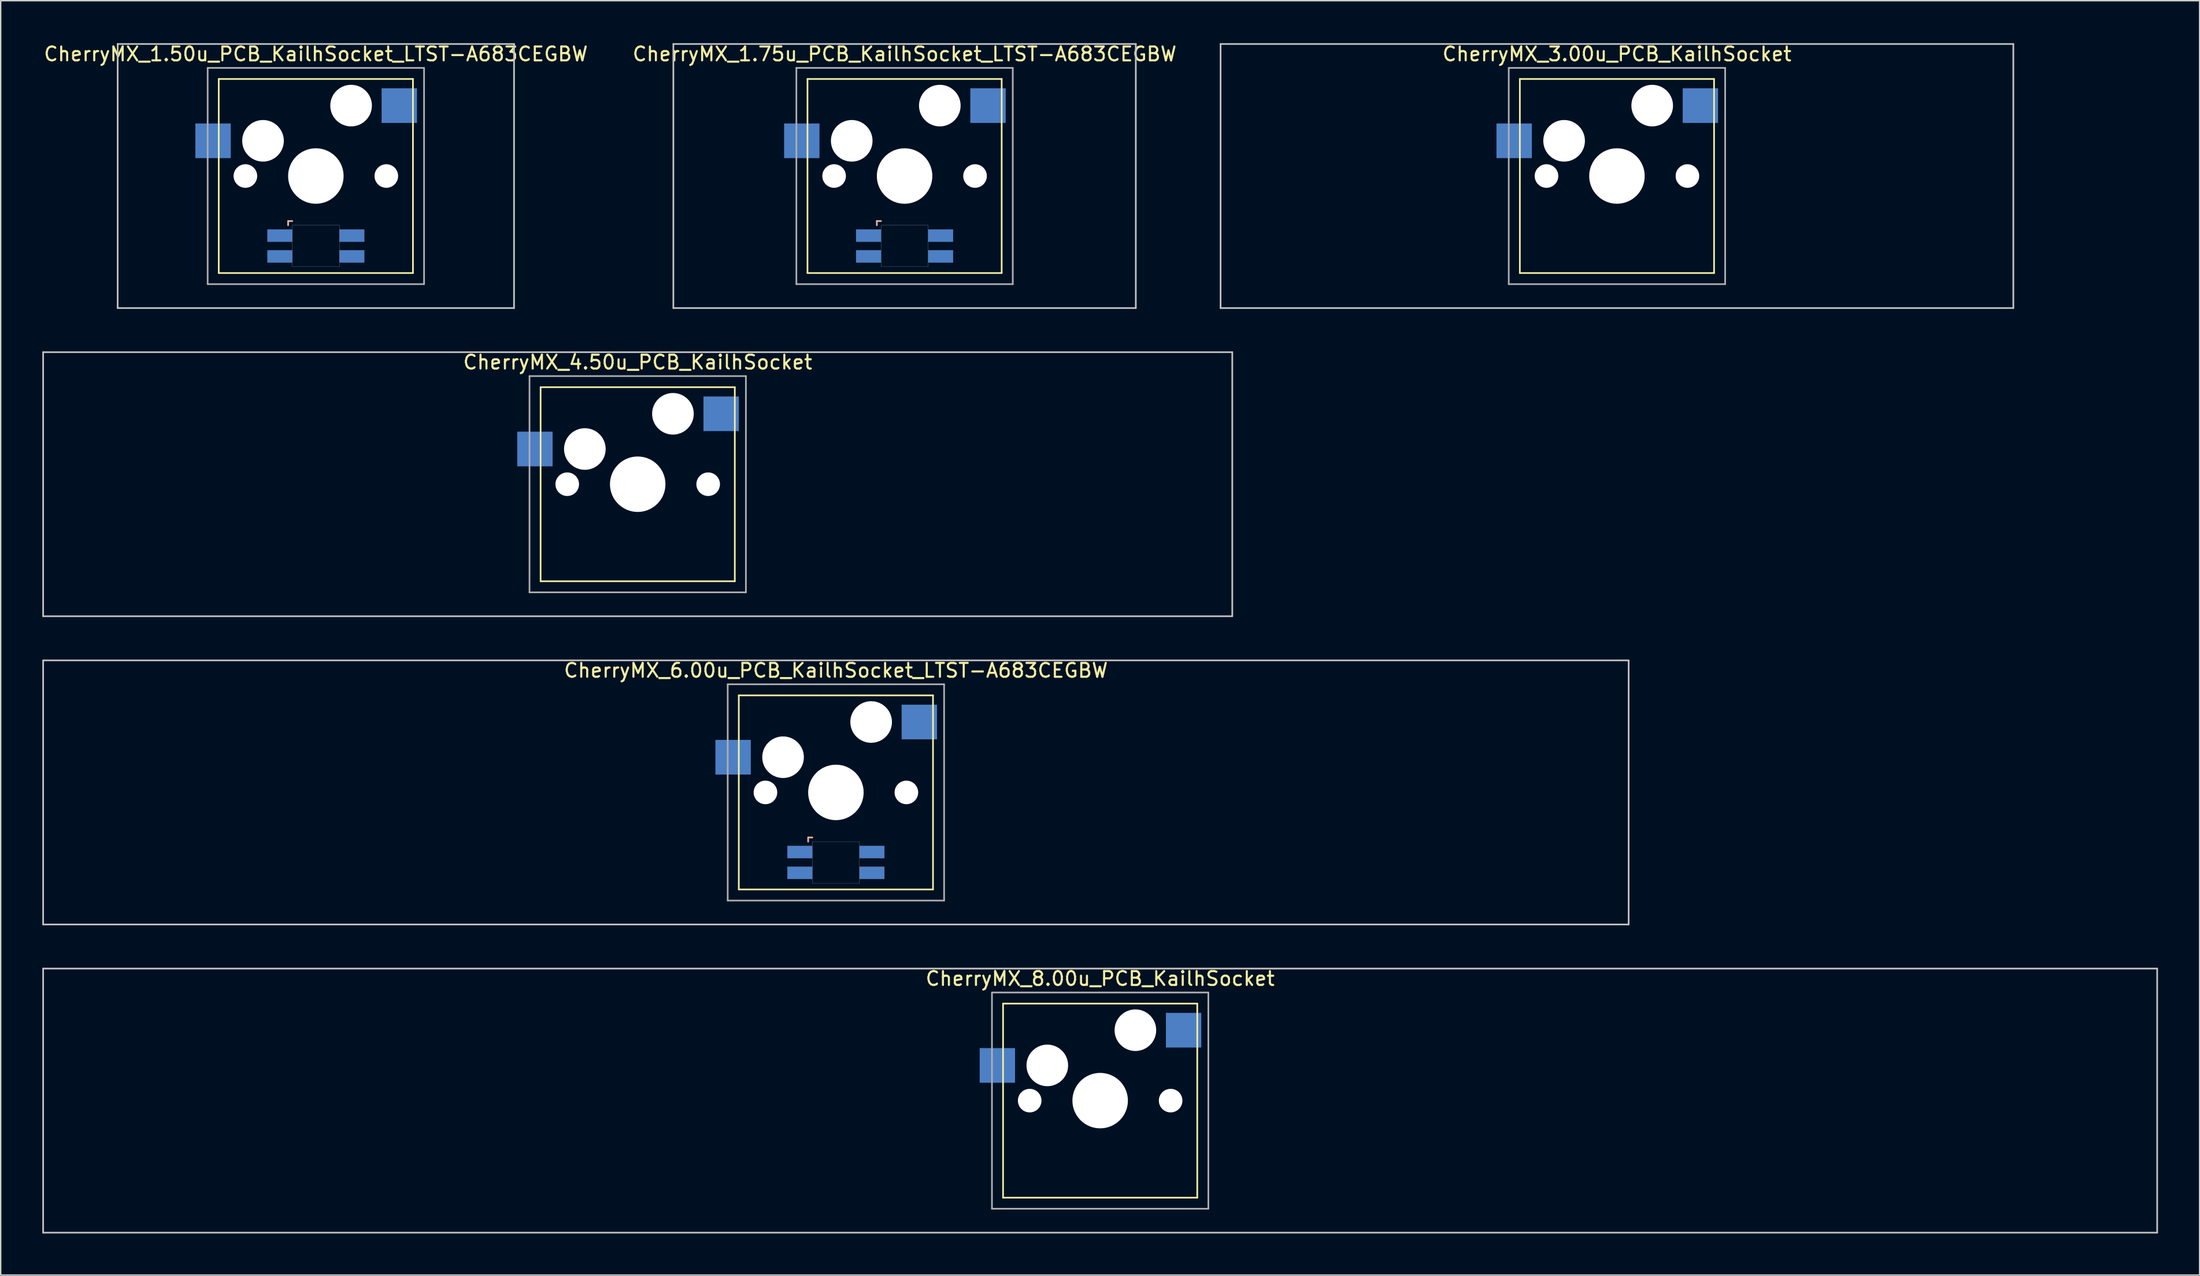
<source format=kicad_pcb>
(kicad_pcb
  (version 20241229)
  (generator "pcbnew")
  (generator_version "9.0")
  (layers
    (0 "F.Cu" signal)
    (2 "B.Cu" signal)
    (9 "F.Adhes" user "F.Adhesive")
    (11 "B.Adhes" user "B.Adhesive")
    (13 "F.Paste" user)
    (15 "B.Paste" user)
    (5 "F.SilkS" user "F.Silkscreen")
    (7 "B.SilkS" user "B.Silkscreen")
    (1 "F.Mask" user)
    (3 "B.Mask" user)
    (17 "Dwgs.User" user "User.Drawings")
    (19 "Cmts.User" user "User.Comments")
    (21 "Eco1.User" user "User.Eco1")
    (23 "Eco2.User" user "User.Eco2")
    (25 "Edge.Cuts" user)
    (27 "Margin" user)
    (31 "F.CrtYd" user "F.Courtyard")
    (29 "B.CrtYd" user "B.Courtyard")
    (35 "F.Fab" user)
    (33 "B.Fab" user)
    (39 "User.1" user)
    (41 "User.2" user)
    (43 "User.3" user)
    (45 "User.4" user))
  (footprint "CherryMX_1.50u_PCB_KailhSocket_LTST-A683CEGBW"
    (layer "F.Cu")
    (at 19.72 9.648)
    (property "Reference" "CherryMX_1.50u_PCB_KailhSocket_LTST-A683CEGBW" (at 0 -8.8 0) (layer "F.SilkS") (effects (font (size 1 1) (thickness 0.15))))
    (attr through_hole)
    (fp_line (start -7 -7) (end -7 7) (stroke (width 0.12) (type solid)) (layer "F.SilkS"))
    (fp_line (start -7 -7) (end 7 -7) (stroke (width 0.12) (type solid)) (layer "F.SilkS"))
    (fp_line (start 7 -7) (end 7 7) (stroke (width 0.12) (type solid)) (layer "F.SilkS"))
    (fp_line (start 7 7) (end -7 7) (stroke (width 0.12) (type solid)) (layer "F.SilkS"))
    (fp_line (start -2 3.25) (end -2 3.55) (stroke (width 0.12) (type solid)) (layer "B.SilkS"))
    (fp_line (start -1.7 3.25) (end -2 3.25) (stroke (width 0.12) (type solid)) (layer "B.SilkS"))
    (fp_line (start -14.287 -9.525) (end 14.287 -9.525) (stroke (width 0.12) (type solid)) (layer "Dwgs.User"))
    (fp_line (start -14.287 9.525) (end -14.287 -9.525) (stroke (width 0.12) (type solid)) (layer "Dwgs.User"))
    (fp_line (start 14.287 -9.525) (end 14.287 9.525) (stroke (width 0.12) (type solid)) (layer "Dwgs.User"))
    (fp_line (start 14.287 9.525) (end -14.287 9.525) (stroke (width 0.12) (type solid)) (layer "Dwgs.User"))
    (fp_poly (pts (xy 1.7 6.55) (xy -1.7 6.55) (xy -1.7 3.55) (xy 1.7 3.55)) (stroke (width 0.01) (type solid)) (fill no) (layer "Edge.Cuts"))
    (fp_line (start -7.8 -7.8) (end -7.8 7.8) (stroke (width 0.12) (type solid)) (layer "F.Fab"))
    (fp_line (start -7.8 -7.8) (end 7.8 -7.8) (stroke (width 0.12) (type solid)) (layer "F.Fab"))
    (fp_line (start -7.8 7.8) (end 7.8 7.8) (stroke (width 0.12) (type solid)) (layer "F.Fab"))
    (fp_line (start 7.8 -7.8) (end 7.8 7.8) (stroke (width 0.12) (type solid)) (layer "F.Fab"))
    (pad "" np_thru_hole circle (at -5.08 0) (size 1.7 1.7) (drill 1.7) (layers "*.Cu" "*.Mask"))
    (pad "" np_thru_hole circle (at -3.81 -2.54) (size 3 3) (drill 3) (layers "*.Cu" "*.Mask"))
    (pad "" np_thru_hole circle (at 0 0) (size 4 4) (drill 4) (layers "*.Cu" "*.Mask"))
    (pad "" np_thru_hole circle (at 2.54 -5.08) (size 3 3) (drill 3) (layers "*.Cu" "*.Mask"))
    (pad "" np_thru_hole circle (at 5.08 0) (size 1.7 1.7) (drill 1.7) (layers "*.Cu" "*.Mask"))
    (pad "1" smd rect (at -7.41 -2.54) (size 2.55 2.5) (layers "B.Cu" "B.Mask" "B.Paste"))
    (pad "2" smd rect (at 6.015 -5.08) (size 2.55 2.5) (layers "B.Cu" "B.Mask" "B.Paste"))
    (pad "3" smd rect (at -2.6 4.3) (size 1.8 0.9) (layers "B.Cu" "B.Mask" "B.Paste"))
    (pad "4" smd rect (at -2.6 5.8) (size 1.8 0.9) (layers "B.Cu" "B.Mask" "B.Paste"))
    (pad "5" smd rect (at 2.6 4.3) (size 1.8 0.9) (layers "B.Cu" "B.Mask" "B.Paste"))
    (pad "6" smd rect (at 2.6 5.8) (size 1.8 0.9) (layers "B.Cu" "B.Mask" "B.Paste")))
  (footprint "CherryMX_3.00u_PCB_KailhSocket"
    (layer "F.Cu")
    (at 113.516 9.648)
    (property "Reference" "CherryMX_3.00u_PCB_KailhSocket" (at 0 -8.8 0) (layer "F.SilkS") (effects (font (size 1 1) (thickness 0.15))))
    (attr through_hole)
    (fp_line (start -7 -7) (end -7 7) (stroke (width 0.12) (type solid)) (layer "F.SilkS"))
    (fp_line (start -7 -7) (end 7 -7) (stroke (width 0.12) (type solid)) (layer "F.SilkS"))
    (fp_line (start 7 -7) (end 7 7) (stroke (width 0.12) (type solid)) (layer "F.SilkS"))
    (fp_line (start 7 7) (end -7 7) (stroke (width 0.12) (type solid)) (layer "F.SilkS"))
    (fp_line (start -28.575 -9.525) (end 28.575 -9.525) (stroke (width 0.12) (type solid)) (layer "Dwgs.User"))
    (fp_line (start -28.575 9.525) (end -28.575 -9.525) (stroke (width 0.12) (type solid)) (layer "Dwgs.User"))
    (fp_line (start 28.575 -9.525) (end 28.575 9.525) (stroke (width 0.12) (type solid)) (layer "Dwgs.User"))
    (fp_line (start 28.575 9.525) (end -28.575 9.525) (stroke (width 0.12) (type solid)) (layer "Dwgs.User"))
    (fp_line (start -7.8 -7.8) (end -7.8 7.8) (stroke (width 0.12) (type solid)) (layer "F.Fab"))
    (fp_line (start -7.8 -7.8) (end 7.8 -7.8) (stroke (width 0.12) (type solid)) (layer "F.Fab"))
    (fp_line (start -7.8 7.8) (end 7.8 7.8) (stroke (width 0.12) (type solid)) (layer "F.Fab"))
    (fp_line (start 7.8 -7.8) (end 7.8 7.8) (stroke (width 0.12) (type solid)) (layer "F.Fab"))
    (pad "" np_thru_hole circle (at -5.08 0) (size 1.7 1.7) (drill 1.7) (layers "*.Cu" "*.Mask"))
    (pad "" np_thru_hole circle (at -3.81 -2.54) (size 3 3) (drill 3) (layers "*.Cu" "*.Mask"))
    (pad "" np_thru_hole circle (at 0 0) (size 4 4) (drill 4) (layers "*.Cu" "*.Mask"))
    (pad "" np_thru_hole circle (at 2.54 -5.08) (size 3 3) (drill 3) (layers "*.Cu" "*.Mask"))
    (pad "" np_thru_hole circle (at 5.08 0) (size 1.7 1.7) (drill 1.7) (layers "*.Cu" "*.Mask"))
    (pad "1" smd rect (at -7.41 -2.54) (size 2.55 2.5) (layers "B.Cu" "B.Mask" "B.Paste"))
    (pad "2" smd rect (at 6.015 -5.08) (size 2.55 2.5) (layers "B.Cu" "B.Mask" "B.Paste")))
  (footprint "CherryMX_8.00u_PCB_KailhSocket"
    (layer "F.Cu")
    (at 76.26 76.348)
    (property "Reference" "CherryMX_8.00u_PCB_KailhSocket" (at 0 -8.8 0) (layer "F.SilkS") (effects (font (size 1 1) (thickness 0.15))))
    (attr through_hole)
    (fp_line (start -7 -7) (end -7 7) (stroke (width 0.12) (type solid)) (layer "F.SilkS"))
    (fp_line (start -7 -7) (end 7 -7) (stroke (width 0.12) (type solid)) (layer "F.SilkS"))
    (fp_line (start 7 -7) (end 7 7) (stroke (width 0.12) (type solid)) (layer "F.SilkS"))
    (fp_line (start 7 7) (end -7 7) (stroke (width 0.12) (type solid)) (layer "F.SilkS"))
    (fp_line (start -76.2 -9.525) (end 76.2 -9.525) (stroke (width 0.12) (type solid)) (layer "Dwgs.User"))
    (fp_line (start -76.2 9.525) (end -76.2 -9.525) (stroke (width 0.12) (type solid)) (layer "Dwgs.User"))
    (fp_line (start 76.2 -9.525) (end 76.2 9.525) (stroke (width 0.12) (type solid)) (layer "Dwgs.User"))
    (fp_line (start 76.2 9.525) (end -76.2 9.525) (stroke (width 0.12) (type solid)) (layer "Dwgs.User"))
    (fp_line (start -7.8 -7.8) (end -7.8 7.8) (stroke (width 0.12) (type solid)) (layer "F.Fab"))
    (fp_line (start -7.8 -7.8) (end 7.8 -7.8) (stroke (width 0.12) (type solid)) (layer "F.Fab"))
    (fp_line (start -7.8 7.8) (end 7.8 7.8) (stroke (width 0.12) (type solid)) (layer "F.Fab"))
    (fp_line (start 7.8 -7.8) (end 7.8 7.8) (stroke (width 0.12) (type solid)) (layer "F.Fab"))
    (pad "" np_thru_hole circle (at -5.08 0) (size 1.7 1.7) (drill 1.7) (layers "*.Cu" "*.Mask"))
    (pad "" np_thru_hole circle (at -3.81 -2.54) (size 3 3) (drill 3) (layers "*.Cu" "*.Mask"))
    (pad "" np_thru_hole circle (at 0 0) (size 4 4) (drill 4) (layers "*.Cu" "*.Mask"))
    (pad "" np_thru_hole circle (at 2.54 -5.08) (size 3 3) (drill 3) (layers "*.Cu" "*.Mask"))
    (pad "" np_thru_hole circle (at 5.08 0) (size 1.7 1.7) (drill 1.7) (layers "*.Cu" "*.Mask"))
    (pad "1" smd rect (at -7.41 -2.54) (size 2.55 2.5) (layers "B.Cu" "B.Mask" "B.Paste"))
    (pad "2" smd rect (at 6.015 -5.08) (size 2.55 2.5) (layers "B.Cu" "B.Mask" "B.Paste")))
  (footprint "CherryMX_1.75u_PCB_KailhSocket_LTST-A683CEGBW"
    (layer "F.Cu")
    (at 62.161 9.648)
    (property "Reference" "CherryMX_1.75u_PCB_KailhSocket_LTST-A683CEGBW" (at 0 -8.8 0) (layer "F.SilkS") (effects (font (size 1 1) (thickness 0.15))))
    (attr through_hole)
    (fp_line (start -7 -7) (end -7 7) (stroke (width 0.12) (type solid)) (layer "F.SilkS"))
    (fp_line (start -7 -7) (end 7 -7) (stroke (width 0.12) (type solid)) (layer "F.SilkS"))
    (fp_line (start 7 -7) (end 7 7) (stroke (width 0.12) (type solid)) (layer "F.SilkS"))
    (fp_line (start 7 7) (end -7 7) (stroke (width 0.12) (type solid)) (layer "F.SilkS"))
    (fp_line (start -2 3.25) (end -2 3.55) (stroke (width 0.12) (type solid)) (layer "B.SilkS"))
    (fp_line (start -1.7 3.25) (end -2 3.25) (stroke (width 0.12) (type solid)) (layer "B.SilkS"))
    (fp_line (start -16.669 -9.525) (end 16.669 -9.525) (stroke (width 0.12) (type solid)) (layer "Dwgs.User"))
    (fp_line (start -16.669 9.525) (end -16.669 -9.525) (stroke (width 0.12) (type solid)) (layer "Dwgs.User"))
    (fp_line (start 16.669 -9.525) (end 16.669 9.525) (stroke (width 0.12) (type solid)) (layer "Dwgs.User"))
    (fp_line (start 16.669 9.525) (end -16.669 9.525) (stroke (width 0.12) (type solid)) (layer "Dwgs.User"))
    (fp_poly (pts (xy 1.7 6.55) (xy -1.7 6.55) (xy -1.7 3.55) (xy 1.7 3.55)) (stroke (width 0.01) (type solid)) (fill no) (layer "Edge.Cuts"))
    (fp_line (start -7.8 -7.8) (end -7.8 7.8) (stroke (width 0.12) (type solid)) (layer "F.Fab"))
    (fp_line (start -7.8 -7.8) (end 7.8 -7.8) (stroke (width 0.12) (type solid)) (layer "F.Fab"))
    (fp_line (start -7.8 7.8) (end 7.8 7.8) (stroke (width 0.12) (type solid)) (layer "F.Fab"))
    (fp_line (start 7.8 -7.8) (end 7.8 7.8) (stroke (width 0.12) (type solid)) (layer "F.Fab"))
    (pad "" np_thru_hole circle (at -5.08 0) (size 1.7 1.7) (drill 1.7) (layers "*.Cu" "*.Mask"))
    (pad "" np_thru_hole circle (at -3.81 -2.54) (size 3 3) (drill 3) (layers "*.Cu" "*.Mask"))
    (pad "" np_thru_hole circle (at 0 0) (size 4 4) (drill 4) (layers "*.Cu" "*.Mask"))
    (pad "" np_thru_hole circle (at 2.54 -5.08) (size 3 3) (drill 3) (layers "*.Cu" "*.Mask"))
    (pad "" np_thru_hole circle (at 5.08 0) (size 1.7 1.7) (drill 1.7) (layers "*.Cu" "*.Mask"))
    (pad "1" smd rect (at -7.41 -2.54) (size 2.55 2.5) (layers "B.Cu" "B.Mask" "B.Paste"))
    (pad "2" smd rect (at 6.015 -5.08) (size 2.55 2.5) (layers "B.Cu" "B.Mask" "B.Paste"))
    (pad "3" smd rect (at -2.6 4.3) (size 1.8 0.9) (layers "B.Cu" "B.Mask" "B.Paste"))
    (pad "4" smd rect (at -2.6 5.8) (size 1.8 0.9) (layers "B.Cu" "B.Mask" "B.Paste"))
    (pad "5" smd rect (at 2.6 4.3) (size 1.8 0.9) (layers "B.Cu" "B.Mask" "B.Paste"))
    (pad "6" smd rect (at 2.6 5.8) (size 1.8 0.9) (layers "B.Cu" "B.Mask" "B.Paste")))
  (footprint "CherryMX_4.50u_PCB_KailhSocket"
    (layer "F.Cu")
    (at 42.922 31.881)
    (property "Reference" "CherryMX_4.50u_PCB_KailhSocket" (at 0 -8.8 0) (layer "F.SilkS") (effects (font (size 1 1) (thickness 0.15))))
    (attr through_hole)
    (fp_line (start -7 -7) (end -7 7) (stroke (width 0.12) (type solid)) (layer "F.SilkS"))
    (fp_line (start -7 -7) (end 7 -7) (stroke (width 0.12) (type solid)) (layer "F.SilkS"))
    (fp_line (start 7 -7) (end 7 7) (stroke (width 0.12) (type solid)) (layer "F.SilkS"))
    (fp_line (start 7 7) (end -7 7) (stroke (width 0.12) (type solid)) (layer "F.SilkS"))
    (fp_line (start -42.862 -9.525) (end 42.862 -9.525) (stroke (width 0.12) (type solid)) (layer "Dwgs.User"))
    (fp_line (start -42.862 9.525) (end -42.862 -9.525) (stroke (width 0.12) (type solid)) (layer "Dwgs.User"))
    (fp_line (start 42.862 -9.525) (end 42.862 9.525) (stroke (width 0.12) (type solid)) (layer "Dwgs.User"))
    (fp_line (start 42.862 9.525) (end -42.862 9.525) (stroke (width 0.12) (type solid)) (layer "Dwgs.User"))
    (fp_line (start -7.8 -7.8) (end -7.8 7.8) (stroke (width 0.12) (type solid)) (layer "F.Fab"))
    (fp_line (start -7.8 -7.8) (end 7.8 -7.8) (stroke (width 0.12) (type solid)) (layer "F.Fab"))
    (fp_line (start -7.8 7.8) (end 7.8 7.8) (stroke (width 0.12) (type solid)) (layer "F.Fab"))
    (fp_line (start 7.8 -7.8) (end 7.8 7.8) (stroke (width 0.12) (type solid)) (layer "F.Fab"))
    (pad "" np_thru_hole circle (at -5.08 0) (size 1.7 1.7) (drill 1.7) (layers "*.Cu" "*.Mask"))
    (pad "" np_thru_hole circle (at -3.81 -2.54) (size 3 3) (drill 3) (layers "*.Cu" "*.Mask"))
    (pad "" np_thru_hole circle (at 0 0) (size 4 4) (drill 4) (layers "*.Cu" "*.Mask"))
    (pad "" np_thru_hole circle (at 2.54 -5.08) (size 3 3) (drill 3) (layers "*.Cu" "*.Mask"))
    (pad "" np_thru_hole circle (at 5.08 0) (size 1.7 1.7) (drill 1.7) (layers "*.Cu" "*.Mask"))
    (pad "1" smd rect (at -7.41 -2.54) (size 2.55 2.5) (layers "B.Cu" "B.Mask" "B.Paste"))
    (pad "2" smd rect (at 6.015 -5.08) (size 2.55 2.5) (layers "B.Cu" "B.Mask" "B.Paste")))
  (footprint "CherryMX_6.00u_PCB_KailhSocket_LTST-A683CEGBW"
    (layer "F.Cu")
    (at 57.21 54.115)
    (property "Reference" "CherryMX_6.00u_PCB_KailhSocket_LTST-A683CEGBW" (at 0 -8.8 0) (layer "F.SilkS") (effects (font (size 1 1) (thickness 0.15))))
    (attr through_hole)
    (fp_line (start -7 -7) (end -7 7) (stroke (width 0.12) (type solid)) (layer "F.SilkS"))
    (fp_line (start -7 -7) (end 7 -7) (stroke (width 0.12) (type solid)) (layer "F.SilkS"))
    (fp_line (start 7 -7) (end 7 7) (stroke (width 0.12) (type solid)) (layer "F.SilkS"))
    (fp_line (start 7 7) (end -7 7) (stroke (width 0.12) (type solid)) (layer "F.SilkS"))
    (fp_line (start -2 3.25) (end -2 3.55) (stroke (width 0.12) (type solid)) (layer "B.SilkS"))
    (fp_line (start -1.7 3.25) (end -2 3.25) (stroke (width 0.12) (type solid)) (layer "B.SilkS"))
    (fp_line (start -57.15 -9.525) (end 57.15 -9.525) (stroke (width 0.12) (type solid)) (layer "Dwgs.User"))
    (fp_line (start -57.15 9.525) (end -57.15 -9.525) (stroke (width 0.12) (type solid)) (layer "Dwgs.User"))
    (fp_line (start 57.15 -9.525) (end 57.15 9.525) (stroke (width 0.12) (type solid)) (layer "Dwgs.User"))
    (fp_line (start 57.15 9.525) (end -57.15 9.525) (stroke (width 0.12) (type solid)) (layer "Dwgs.User"))
    (fp_poly (pts (xy 1.7 6.55) (xy -1.7 6.55) (xy -1.7 3.55) (xy 1.7 3.55)) (stroke (width 0.01) (type solid)) (fill no) (layer "Edge.Cuts"))
    (fp_line (start -7.8 -7.8) (end -7.8 7.8) (stroke (width 0.12) (type solid)) (layer "F.Fab"))
    (fp_line (start -7.8 -7.8) (end 7.8 -7.8) (stroke (width 0.12) (type solid)) (layer "F.Fab"))
    (fp_line (start -7.8 7.8) (end 7.8 7.8) (stroke (width 0.12) (type solid)) (layer "F.Fab"))
    (fp_line (start 7.8 -7.8) (end 7.8 7.8) (stroke (width 0.12) (type solid)) (layer "F.Fab"))
    (pad "" np_thru_hole circle (at -5.08 0) (size 1.7 1.7) (drill 1.7) (layers "*.Cu" "*.Mask"))
    (pad "" np_thru_hole circle (at -3.81 -2.54) (size 3 3) (drill 3) (layers "*.Cu" "*.Mask"))
    (pad "" np_thru_hole circle (at 0 0) (size 4 4) (drill 4) (layers "*.Cu" "*.Mask"))
    (pad "" np_thru_hole circle (at 2.54 -5.08) (size 3 3) (drill 3) (layers "*.Cu" "*.Mask"))
    (pad "" np_thru_hole circle (at 5.08 0) (size 1.7 1.7) (drill 1.7) (layers "*.Cu" "*.Mask"))
    (pad "1" smd rect (at -7.41 -2.54) (size 2.55 2.5) (layers "B.Cu" "B.Mask" "B.Paste"))
    (pad "2" smd rect (at 6.015 -5.08) (size 2.55 2.5) (layers "B.Cu" "B.Mask" "B.Paste"))
    (pad "3" smd rect (at -2.6 4.3) (size 1.8 0.9) (layers "B.Cu" "B.Mask" "B.Paste"))
    (pad "4" smd rect (at -2.6 5.8) (size 1.8 0.9) (layers "B.Cu" "B.Mask" "B.Paste"))
    (pad "5" smd rect (at 2.6 4.3) (size 1.8 0.9) (layers "B.Cu" "B.Mask" "B.Paste"))
    (pad "6" smd rect (at 2.6 5.8) (size 1.8 0.9) (layers "B.Cu" "B.Mask" "B.Paste")))
  (gr_rect
    (start -3 -3)
    (end 155.52 88.933)
    (stroke (width 0.1) (type default))
    (fill no)
    (layer "Edge.Cuts")))
</source>
